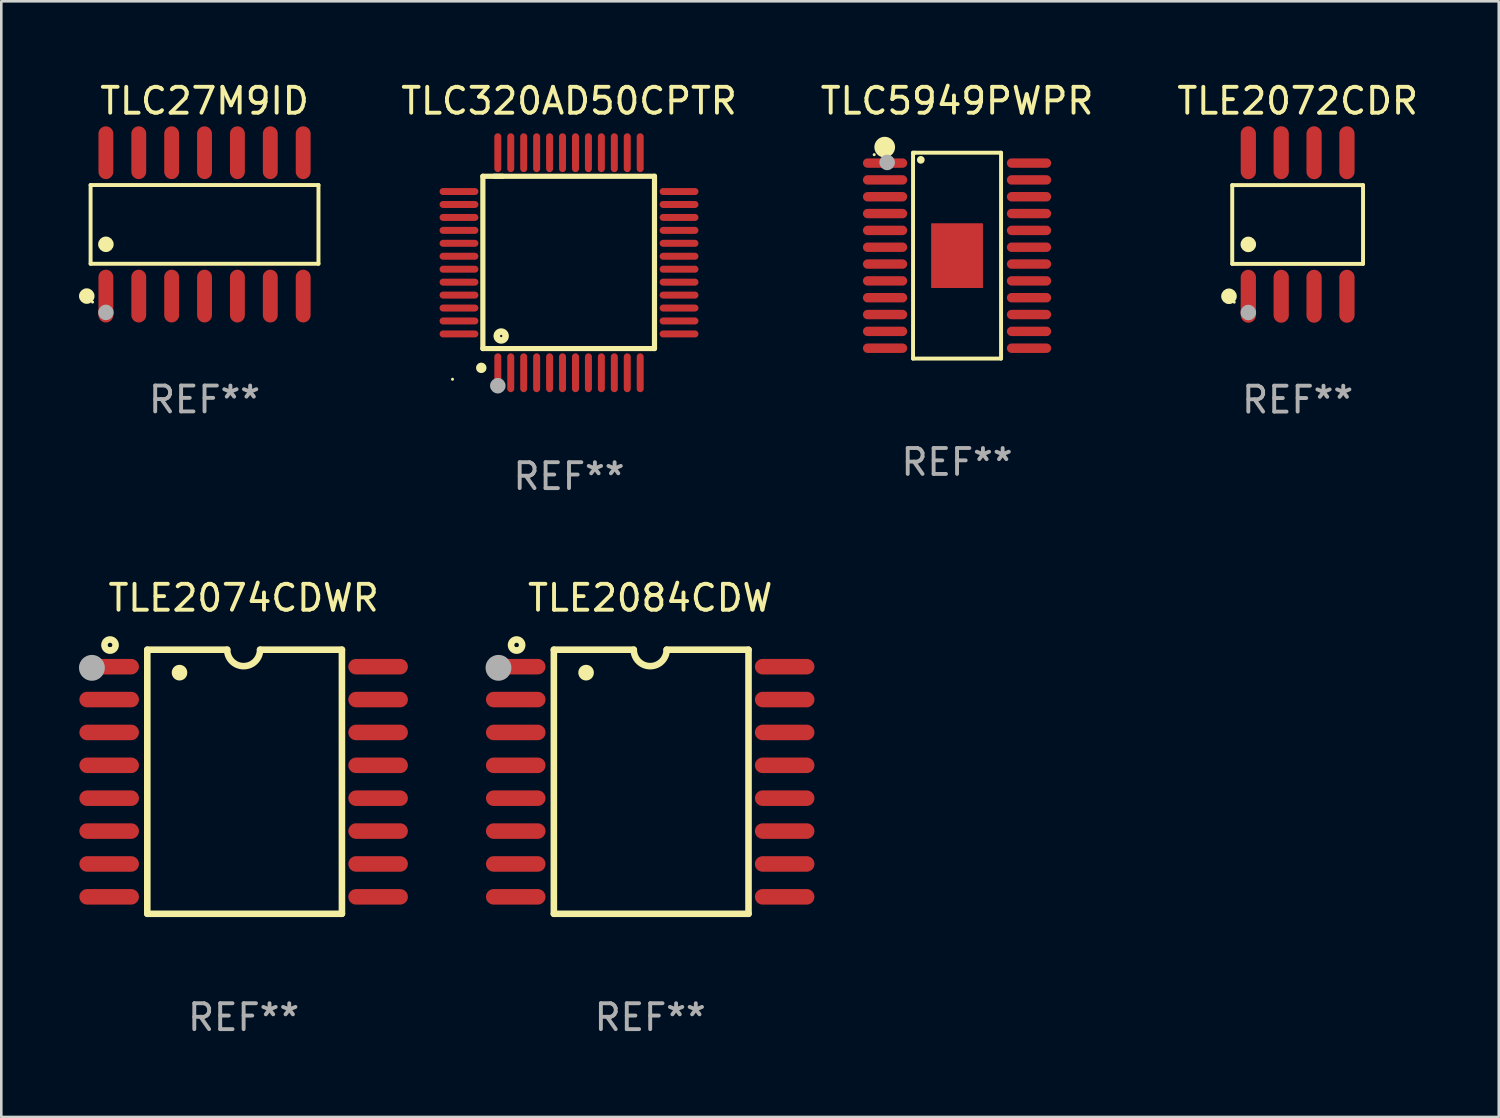
<source format=kicad_pcb>
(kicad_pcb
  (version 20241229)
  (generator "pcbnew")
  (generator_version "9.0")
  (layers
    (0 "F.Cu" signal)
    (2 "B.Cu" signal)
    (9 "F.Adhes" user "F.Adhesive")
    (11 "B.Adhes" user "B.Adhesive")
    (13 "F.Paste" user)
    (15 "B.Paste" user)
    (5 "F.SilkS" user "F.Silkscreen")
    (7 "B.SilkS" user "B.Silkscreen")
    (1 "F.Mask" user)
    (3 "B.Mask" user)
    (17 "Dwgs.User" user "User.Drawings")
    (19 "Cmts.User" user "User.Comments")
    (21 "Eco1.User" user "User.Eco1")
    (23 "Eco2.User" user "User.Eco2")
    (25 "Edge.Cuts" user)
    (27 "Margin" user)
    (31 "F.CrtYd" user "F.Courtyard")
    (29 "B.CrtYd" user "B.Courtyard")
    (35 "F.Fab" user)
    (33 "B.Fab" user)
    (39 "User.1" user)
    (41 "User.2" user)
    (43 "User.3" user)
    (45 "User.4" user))
  (footprint "TLC320AD50CPTR"
    (layer "F.Cu")
    (at 18.928 7.098)
    (property "Reference" "TLC320AD50CPTR" (at 0 -6.25 0) (layer "F.SilkS") (effects (font (size 1 1) (thickness 0.15))))
    (attr through_hole)
    (fp_line (start -3.327 -3.34) (end -2.565 -3.34) (stroke (width 0.2) (type solid)) (layer "F.SilkS"))
    (fp_line (start -3.327 3.315) (end -3.327 -3.34) (stroke (width 0.2) (type solid)) (layer "F.SilkS"))
    (fp_line (start -2.896 -3.34) (end 3.302 -3.34) (stroke (width 0.2) (type solid)) (layer "F.SilkS"))
    (fp_line (start 3.302 -3.34) (end 3.302 3.315) (stroke (width 0.2) (type solid)) (layer "F.SilkS"))
    (fp_line (start 3.302 3.315) (end -3.327 3.315) (stroke (width 0.2) (type solid)) (layer "F.SilkS"))
    (fp_arc (start -3.389992 4.059995) (mid -3.388722 4.059991) (end -3.387452 4.059995) (stroke (width 0.4) (type solid)) (layer "F.SilkS"))
    (fp_circle (center -4.5 4.5) (end -4.47 4.5) (stroke (width 0.06) (type solid)) (fill no) (layer "F.SilkS"))
    (fp_circle (center -2.62 2.83) (end -2.45 2.83) (stroke (width 0.254) (type solid)) (fill no) (layer "F.SilkS"))
    (fp_circle (center -2.75 4.75) (end -2.6 4.75) (stroke (width 0.3) (type solid)) (fill no) (layer "F.Fab"))
    (fp_text user "REF**" (at 0 8.25 0) (layer "F.Fab") (effects (font (size 1 1) (thickness 0.15))))
    (pad "1" smd oval (at -2.75 4.25) (size 0.27 1.5) (layers "F.Cu" "F.Mask" "F.Paste"))
    (pad "2" smd oval (at -2.25 4.25) (size 0.27 1.5) (layers "F.Cu" "F.Mask" "F.Paste"))
    (pad "3" smd oval (at -1.75 4.25) (size 0.27 1.5) (layers "F.Cu" "F.Mask" "F.Paste"))
    (pad "4" smd oval (at -1.25 4.25) (size 0.27 1.5) (layers "F.Cu" "F.Mask" "F.Paste"))
    (pad "5" smd oval (at -0.75 4.25) (size 0.27 1.5) (layers "F.Cu" "F.Mask" "F.Paste"))
    (pad "6" smd oval (at -0.25 4.25) (size 0.27 1.5) (layers "F.Cu" "F.Mask" "F.Paste"))
    (pad "7" smd oval (at 0.25 4.25) (size 0.27 1.5) (layers "F.Cu" "F.Mask" "F.Paste"))
    (pad "8" smd oval (at 0.75 4.25) (size 0.27 1.5) (layers "F.Cu" "F.Mask" "F.Paste"))
    (pad "9" smd oval (at 1.25 4.25) (size 0.27 1.5) (layers "F.Cu" "F.Mask" "F.Paste"))
    (pad "10" smd oval (at 1.75 4.25) (size 0.27 1.5) (layers "F.Cu" "F.Mask" "F.Paste"))
    (pad "11" smd oval (at 2.25 4.25) (size 0.27 1.5) (layers "F.Cu" "F.Mask" "F.Paste"))
    (pad "12" smd oval (at 2.75 4.25) (size 0.27 1.5) (layers "F.Cu" "F.Mask" "F.Paste"))
    (pad "13" smd oval (at 4.25 2.75) (size 1.5 0.27) (layers "F.Cu" "F.Mask" "F.Paste"))
    (pad "14" smd oval (at 4.25 2.25) (size 1.5 0.27) (layers "F.Cu" "F.Mask" "F.Paste"))
    (pad "15" smd oval (at 4.25 1.75) (size 1.5 0.27) (layers "F.Cu" "F.Mask" "F.Paste"))
    (pad "16" smd oval (at 4.25 1.25) (size 1.5 0.27) (layers "F.Cu" "F.Mask" "F.Paste"))
    (pad "17" smd oval (at 4.25 0.75) (size 1.5 0.27) (layers "F.Cu" "F.Mask" "F.Paste"))
    (pad "18" smd oval (at 4.25 0.25) (size 1.5 0.27) (layers "F.Cu" "F.Mask" "F.Paste"))
    (pad "19" smd oval (at 4.25 -0.25) (size 1.5 0.27) (layers "F.Cu" "F.Mask" "F.Paste"))
    (pad "20" smd oval (at 4.25 -0.75) (size 1.5 0.27) (layers "F.Cu" "F.Mask" "F.Paste"))
    (pad "21" smd oval (at 4.25 -1.25) (size 1.5 0.27) (layers "F.Cu" "F.Mask" "F.Paste"))
    (pad "22" smd oval (at 4.25 -1.75) (size 1.5 0.27) (layers "F.Cu" "F.Mask" "F.Paste"))
    (pad "23" smd oval (at 4.25 -2.25) (size 1.5 0.27) (layers "F.Cu" "F.Mask" "F.Paste"))
    (pad "24" smd oval (at 4.25 -2.75) (size 1.5 0.27) (layers "F.Cu" "F.Mask" "F.Paste"))
    (pad "25" smd oval (at 2.75 -4.25) (size 0.27 1.5) (layers "F.Cu" "F.Mask" "F.Paste"))
    (pad "26" smd oval (at 2.25 -4.25) (size 0.27 1.5) (layers "F.Cu" "F.Mask" "F.Paste"))
    (pad "27" smd oval (at 1.75 -4.25) (size 0.27 1.5) (layers "F.Cu" "F.Mask" "F.Paste"))
    (pad "28" smd oval (at 1.25 -4.25) (size 0.27 1.5) (layers "F.Cu" "F.Mask" "F.Paste"))
    (pad "29" smd oval (at 0.75 -4.25) (size 0.27 1.5) (layers "F.Cu" "F.Mask" "F.Paste"))
    (pad "30" smd oval (at 0.25 -4.25) (size 0.27 1.5) (layers "F.Cu" "F.Mask" "F.Paste"))
    (pad "31" smd oval (at -0.25 -4.25) (size 0.27 1.5) (layers "F.Cu" "F.Mask" "F.Paste"))
    (pad "32" smd oval (at -0.75 -4.25) (size 0.27 1.5) (layers "F.Cu" "F.Mask" "F.Paste"))
    (pad "33" smd oval (at -1.25 -4.25) (size 0.27 1.5) (layers "F.Cu" "F.Mask" "F.Paste"))
    (pad "34" smd oval (at -1.75 -4.25) (size 0.27 1.5) (layers "F.Cu" "F.Mask" "F.Paste"))
    (pad "35" smd oval (at -2.25 -4.25) (size 0.27 1.5) (layers "F.Cu" "F.Mask" "F.Paste"))
    (pad "36" smd oval (at -2.75 -4.25) (size 0.27 1.5) (layers "F.Cu" "F.Mask" "F.Paste"))
    (pad "37" smd oval (at -4.25 -2.75) (size 1.5 0.27) (layers "F.Cu" "F.Mask" "F.Paste"))
    (pad "38" smd oval (at -4.25 -2.25) (size 1.5 0.27) (layers "F.Cu" "F.Mask" "F.Paste"))
    (pad "39" smd oval (at -4.25 -1.75) (size 1.5 0.27) (layers "F.Cu" "F.Mask" "F.Paste"))
    (pad "40" smd oval (at -4.25 -1.25) (size 1.5 0.27) (layers "F.Cu" "F.Mask" "F.Paste"))
    (pad "41" smd oval (at -4.25 -0.75) (size 1.5 0.27) (layers "F.Cu" "F.Mask" "F.Paste"))
    (pad "42" smd oval (at -4.25 -0.25) (size 1.5 0.27) (layers "F.Cu" "F.Mask" "F.Paste"))
    (pad "43" smd oval (at -4.25 0.25) (size 1.5 0.27) (layers "F.Cu" "F.Mask" "F.Paste"))
    (pad "44" smd oval (at -4.25 0.75) (size 1.5 0.27) (layers "F.Cu" "F.Mask" "F.Paste"))
    (pad "45" smd oval (at -4.25 1.25) (size 1.5 0.27) (layers "F.Cu" "F.Mask" "F.Paste"))
    (pad "46" smd oval (at -4.25 1.75) (size 1.5 0.27) (layers "F.Cu" "F.Mask" "F.Paste"))
    (pad "47" smd oval (at -4.25 2.25) (size 1.5 0.27) (layers "F.Cu" "F.Mask" "F.Paste"))
    (pad "48" smd oval (at -4.25 2.75) (size 1.5 0.27) (layers "F.Cu" "F.Mask" "F.Paste")))
  (footprint "TLC27M9ID"
    (layer "F.Cu")
    (at 4.85 5.617)
    (property "Reference" "TLC27M9ID" (at 0 -4.769 0) (layer "F.SilkS") (effects (font (size 1 1) (thickness 0.15))))
    (attr through_hole)
    (fp_line (start -4.401 -1.521) (end 4.401 -1.521) (stroke (width 0.152) (type solid)) (layer "F.SilkS"))
    (fp_line (start -4.401 1.521) (end -4.401 -1.521) (stroke (width 0.152) (type solid)) (layer "F.SilkS"))
    (fp_line (start 4.401 -1.521) (end 4.401 1.521) (stroke (width 0.152) (type solid)) (layer "F.SilkS"))
    (fp_line (start 4.401 1.521) (end -4.401 1.521) (stroke (width 0.152) (type solid)) (layer "F.SilkS"))
    (fp_circle (center -4.549 2.769) (end -4.399 2.769) (stroke (width 0.3) (type solid)) (fill no) (layer "F.SilkS"))
    (fp_circle (center -4.325 3) (end -4.295 3) (stroke (width 0.06) (type solid)) (fill no) (layer "F.SilkS"))
    (fp_circle (center -3.81 0.769) (end -3.66 0.769) (stroke (width 0.3) (type solid)) (fill no) (layer "F.SilkS"))
    (fp_circle (center -3.81 3.4) (end -3.66 3.4) (stroke (width 0.3) (type solid)) (fill no) (layer "F.Fab"))
    (fp_text user "REF**" (at 0 6.769 0) (layer "F.Fab") (effects (font (size 1 1) (thickness 0.15))))
    (pad "1" smd oval (at -3.81 2.769) (size 0.574 2.038) (layers "F.Cu" "F.Mask" "F.Paste"))
    (pad "2" smd oval (at -2.54 2.769) (size 0.574 2.038) (layers "F.Cu" "F.Mask" "F.Paste"))
    (pad "3" smd oval (at -1.27 2.769) (size 0.574 2.038) (layers "F.Cu" "F.Mask" "F.Paste"))
    (pad "4" smd oval (at 0 2.769) (size 0.574 2.038) (layers "F.Cu" "F.Mask" "F.Paste"))
    (pad "5" smd oval (at 1.27 2.769) (size 0.574 2.038) (layers "F.Cu" "F.Mask" "F.Paste"))
    (pad "6" smd oval (at 2.54 2.769) (size 0.574 2.038) (layers "F.Cu" "F.Mask" "F.Paste"))
    (pad "7" smd oval (at 3.81 2.769) (size 0.574 2.038) (layers "F.Cu" "F.Mask" "F.Paste"))
    (pad "8" smd oval (at 3.81 -2.769) (size 0.574 2.038) (layers "F.Cu" "F.Mask" "F.Paste"))
    (pad "9" smd oval (at 2.54 -2.769) (size 0.574 2.038) (layers "F.Cu" "F.Mask" "F.Paste"))
    (pad "10" smd oval (at 1.27 -2.769) (size 0.574 2.038) (layers "F.Cu" "F.Mask" "F.Paste"))
    (pad "11" smd oval (at 0 -2.769) (size 0.574 2.038) (layers "F.Cu" "F.Mask" "F.Paste"))
    (pad "12" smd oval (at -1.27 -2.769) (size 0.574 2.038) (layers "F.Cu" "F.Mask" "F.Paste"))
    (pad "13" smd oval (at -2.54 -2.769) (size 0.574 2.038) (layers "F.Cu" "F.Mask" "F.Paste"))
    (pad "14" smd oval (at -3.81 -2.769) (size 0.574 2.038) (layers "F.Cu" "F.Mask" "F.Paste")))
  (footprint "TLE2074CDWR"
    (layer "F.Cu")
    (at 6.36 27.145)
    (property "Reference" "TLE2074CDWR" (at 0 -7.1 0) (layer "F.SilkS") (effects (font (size 1 1) (thickness 0.15))))
    (attr through_hole)
    (fp_line (start -3.721 -5.1) (end -3.721 5.1) (stroke (width 0.254) (type solid)) (layer "F.SilkS"))
    (fp_line (start -3.721 -5.1) (end -0.635 -5.1) (stroke (width 0.254) (type solid)) (layer "F.SilkS"))
    (fp_line (start -3.721 5.1) (end 3.797 5.1) (stroke (width 0.254) (type solid)) (layer "F.SilkS"))
    (fp_line (start 3.797 -5.1) (end 0.635 -5.1) (stroke (width 0.254) (type solid)) (layer "F.SilkS"))
    (fp_line (start 3.797 5.1) (end 3.797 -5.1) (stroke (width 0.254) (type solid)) (layer "F.SilkS"))
    (fp_arc (start -2.476556 -4.211328) (mid -2.476567 -4.213868) (end -2.476556 -4.216408) (stroke (width 0.6) (type solid)) (layer "F.SilkS"))
    (fp_arc (start 0.63495 -5.100076) (mid -0.000178 -4.465329) (end -0.635052 -5.10033) (stroke (width 0.254001) (type solid)) (layer "F.SilkS"))
    (fp_circle (center -5.16 -5.28) (end -4.945 -5.28) (stroke (width 0.254) (type solid)) (fill no) (layer "F.SilkS"))
    (fp_circle (center -5.15 -5.15) (end -5.12 -5.15) (stroke (width 0.06) (type solid)) (fill no) (layer "F.SilkS"))
    (fp_circle (center -5.86 -4.4) (end -5.61 -4.4) (stroke (width 0.5) (type solid)) (fill no) (layer "F.Fab"))
    (fp_text user "REF**" (at 0 9.1 0) (layer "F.Fab") (effects (font (size 1 1) (thickness 0.15))))
    (pad "1" smd oval (at -5.194 -4.445) (size 2.3 0.6) (layers "F.Cu" "F.Mask" "F.Paste"))
    (pad "2" smd oval (at -5.194 -3.175) (size 2.3 0.6) (layers "F.Cu" "F.Mask" "F.Paste"))
    (pad "3" smd oval (at -5.194 -1.905) (size 2.3 0.6) (layers "F.Cu" "F.Mask" "F.Paste"))
    (pad "4" smd oval (at -5.194 -0.635) (size 2.3 0.6) (layers "F.Cu" "F.Mask" "F.Paste"))
    (pad "5" smd oval (at -5.194 0.635) (size 2.3 0.6) (layers "F.Cu" "F.Mask" "F.Paste"))
    (pad "6" smd oval (at -5.194 1.905) (size 2.3 0.6) (layers "F.Cu" "F.Mask" "F.Paste"))
    (pad "7" smd oval (at -5.194 3.175) (size 2.3 0.6) (layers "F.Cu" "F.Mask" "F.Paste"))
    (pad "8" smd oval (at -5.194 4.445) (size 2.3 0.6) (layers "F.Cu" "F.Mask" "F.Paste"))
    (pad "9" smd oval (at 5.194 4.445) (size 2.3 0.6) (layers "F.Cu" "F.Mask" "F.Paste"))
    (pad "10" smd oval (at 5.194 3.175) (size 2.3 0.6) (layers "F.Cu" "F.Mask" "F.Paste"))
    (pad "11" smd oval (at 5.194 1.905) (size 2.3 0.6) (layers "F.Cu" "F.Mask" "F.Paste"))
    (pad "12" smd oval (at 5.194 0.635) (size 2.3 0.6) (layers "F.Cu" "F.Mask" "F.Paste"))
    (pad "13" smd oval (at 5.194 -0.635) (size 2.3 0.6) (layers "F.Cu" "F.Mask" "F.Paste"))
    (pad "14" smd oval (at 5.194 -1.905) (size 2.3 0.6) (layers "F.Cu" "F.Mask" "F.Paste"))
    (pad "15" smd oval (at 5.194 -3.175) (size 2.3 0.6) (layers "F.Cu" "F.Mask" "F.Paste"))
    (pad "16" smd oval (at 5.194 -4.445) (size 2.3 0.6) (layers "F.Cu" "F.Mask" "F.Paste")))
  (footprint "TLC5949PWPR"
    (layer "F.Cu")
    (at 33.916 6.824)
    (property "Reference" "TLC5949PWPR" (at 0 -5.976 0) (layer "F.SilkS") (effects (font (size 1 1) (thickness 0.15))))
    (attr through_hole)
    (fp_line (start -1.7 -3.976) (end -1.62 -3.976) (stroke (width 0.152) (type solid)) (layer "F.SilkS"))
    (fp_line (start -1.7 3.976) (end -1.7 -3.976) (stroke (width 0.152) (type solid)) (layer "F.SilkS"))
    (fp_line (start -1.62 -3.976) (end 1.7 -3.976) (stroke (width 0.152) (type solid)) (layer "F.SilkS"))
    (fp_line (start 1.7 -3.976) (end 1.7 3.976) (stroke (width 0.152) (type solid)) (layer "F.SilkS"))
    (fp_line (start 1.7 3.976) (end -1.7 3.976) (stroke (width 0.152) (type solid)) (layer "F.SilkS"))
    (fp_circle (center -3.2 -3.9) (end -3.17 -3.9) (stroke (width 0.06) (type solid)) (fill no) (layer "F.SilkS"))
    (fp_circle (center -2.794 -4.191) (end -2.594 -4.191) (stroke (width 0.4) (type solid)) (fill no) (layer "F.SilkS"))
    (fp_circle (center -1.4 -3.7) (end -1.325 -3.7) (stroke (width 0.15) (type solid)) (fill no) (layer "F.SilkS"))
    (fp_circle (center -2.7 -3.6) (end -2.55 -3.6) (stroke (width 0.3) (type solid)) (fill no) (layer "F.Fab"))
    (fp_text user "REF**" (at 0 7.976 0) (layer "F.Fab") (effects (font (size 1 1) (thickness 0.15))))
    (pad "1" smd oval (at -2.78 -3.575) (size 1.71 0.364) (layers "F.Cu" "F.Mask" "F.Paste"))
    (pad "2" smd oval (at -2.78 -2.925) (size 1.71 0.364) (layers "F.Cu" "F.Mask" "F.Paste"))
    (pad "3" smd oval (at -2.78 -2.275) (size 1.71 0.364) (layers "F.Cu" "F.Mask" "F.Paste"))
    (pad "4" smd oval (at -2.78 -1.625) (size 1.71 0.364) (layers "F.Cu" "F.Mask" "F.Paste"))
    (pad "5" smd oval (at -2.78 -0.975) (size 1.71 0.364) (layers "F.Cu" "F.Mask" "F.Paste"))
    (pad "6" smd oval (at -2.78 -0.325) (size 1.71 0.364) (layers "F.Cu" "F.Mask" "F.Paste"))
    (pad "7" smd oval (at -2.78 0.325) (size 1.71 0.364) (layers "F.Cu" "F.Mask" "F.Paste"))
    (pad "8" smd oval (at -2.78 0.975) (size 1.71 0.364) (layers "F.Cu" "F.Mask" "F.Paste"))
    (pad "9" smd oval (at -2.78 1.625) (size 1.71 0.364) (layers "F.Cu" "F.Mask" "F.Paste"))
    (pad "10" smd oval (at -2.78 2.275) (size 1.71 0.364) (layers "F.Cu" "F.Mask" "F.Paste"))
    (pad "11" smd oval (at -2.78 2.925) (size 1.71 0.364) (layers "F.Cu" "F.Mask" "F.Paste"))
    (pad "12" smd oval (at -2.78 3.575) (size 1.71 0.364) (layers "F.Cu" "F.Mask" "F.Paste"))
    (pad "13" smd oval (at 2.78 3.575) (size 1.71 0.364) (layers "F.Cu" "F.Mask" "F.Paste"))
    (pad "14" smd oval (at 2.78 2.925) (size 1.71 0.364) (layers "F.Cu" "F.Mask" "F.Paste"))
    (pad "15" smd oval (at 2.78 2.275) (size 1.71 0.364) (layers "F.Cu" "F.Mask" "F.Paste"))
    (pad "16" smd oval (at 2.78 1.625) (size 1.71 0.364) (layers "F.Cu" "F.Mask" "F.Paste"))
    (pad "17" smd oval (at 2.78 0.975) (size 1.71 0.364) (layers "F.Cu" "F.Mask" "F.Paste"))
    (pad "18" smd oval (at 2.78 0.325) (size 1.71 0.364) (layers "F.Cu" "F.Mask" "F.Paste"))
    (pad "19" smd oval (at 2.78 -0.325) (size 1.71 0.364) (layers "F.Cu" "F.Mask" "F.Paste"))
    (pad "20" smd oval (at 2.78 -0.975) (size 1.71 0.364) (layers "F.Cu" "F.Mask" "F.Paste"))
    (pad "21" smd oval (at 2.78 -1.625) (size 1.71 0.364) (layers "F.Cu" "F.Mask" "F.Paste"))
    (pad "22" smd oval (at 2.78 -2.275) (size 1.71 0.364) (layers "F.Cu" "F.Mask" "F.Paste"))
    (pad "23" smd oval (at 2.78 -2.925) (size 1.71 0.364) (layers "F.Cu" "F.Mask" "F.Paste"))
    (pad "24" smd oval (at 2.78 -3.575) (size 1.71 0.364) (layers "F.Cu" "F.Mask" "F.Paste"))
    (pad "25" smd rect (at 0 0) (size 2 2.5) (layers "F.Cu" "F.Mask" "F.Paste")))
  (footprint "TLE2084CDW"
    (layer "F.Cu")
    (at 22.064 27.145)
    (property "Reference" "TLE2084CDW" (at 0 -7.1 0) (layer "F.SilkS") (effects (font (size 1 1) (thickness 0.15))))
    (attr through_hole)
    (fp_line (start -3.721 -5.1) (end -3.721 5.1) (stroke (width 0.254) (type solid)) (layer "F.SilkS"))
    (fp_line (start -3.721 -5.1) (end -0.635 -5.1) (stroke (width 0.254) (type solid)) (layer "F.SilkS"))
    (fp_line (start -3.721 5.1) (end 3.797 5.1) (stroke (width 0.254) (type solid)) (layer "F.SilkS"))
    (fp_line (start 3.797 -5.1) (end 0.635 -5.1) (stroke (width 0.254) (type solid)) (layer "F.SilkS"))
    (fp_line (start 3.797 5.1) (end 3.797 -5.1) (stroke (width 0.254) (type solid)) (layer "F.SilkS"))
    (fp_arc (start -2.476556 -4.211328) (mid -2.476567 -4.213868) (end -2.476556 -4.216408) (stroke (width 0.6) (type solid)) (layer "F.SilkS"))
    (fp_arc (start 0.63495 -5.100076) (mid -0.000178 -4.465329) (end -0.635052 -5.10033) (stroke (width 0.254001) (type solid)) (layer "F.SilkS"))
    (fp_circle (center -5.16 -5.28) (end -4.945 -5.28) (stroke (width 0.254) (type solid)) (fill no) (layer "F.SilkS"))
    (fp_circle (center -5.15 -5.15) (end -5.12 -5.15) (stroke (width 0.06) (type solid)) (fill no) (layer "F.SilkS"))
    (fp_circle (center -5.86 -4.4) (end -5.61 -4.4) (stroke (width 0.5) (type solid)) (fill no) (layer "F.Fab"))
    (fp_text user "REF**" (at 0 9.1 0) (layer "F.Fab") (effects (font (size 1 1) (thickness 0.15))))
    (pad "1" smd oval (at -5.194 -4.445) (size 2.3 0.6) (layers "F.Cu" "F.Mask" "F.Paste"))
    (pad "2" smd oval (at -5.194 -3.175) (size 2.3 0.6) (layers "F.Cu" "F.Mask" "F.Paste"))
    (pad "3" smd oval (at -5.194 -1.905) (size 2.3 0.6) (layers "F.Cu" "F.Mask" "F.Paste"))
    (pad "4" smd oval (at -5.194 -0.635) (size 2.3 0.6) (layers "F.Cu" "F.Mask" "F.Paste"))
    (pad "5" smd oval (at -5.194 0.635) (size 2.3 0.6) (layers "F.Cu" "F.Mask" "F.Paste"))
    (pad "6" smd oval (at -5.194 1.905) (size 2.3 0.6) (layers "F.Cu" "F.Mask" "F.Paste"))
    (pad "7" smd oval (at -5.194 3.175) (size 2.3 0.6) (layers "F.Cu" "F.Mask" "F.Paste"))
    (pad "8" smd oval (at -5.194 4.445) (size 2.3 0.6) (layers "F.Cu" "F.Mask" "F.Paste"))
    (pad "9" smd oval (at 5.194 4.445) (size 2.3 0.6) (layers "F.Cu" "F.Mask" "F.Paste"))
    (pad "10" smd oval (at 5.194 3.175) (size 2.3 0.6) (layers "F.Cu" "F.Mask" "F.Paste"))
    (pad "11" smd oval (at 5.194 1.905) (size 2.3 0.6) (layers "F.Cu" "F.Mask" "F.Paste"))
    (pad "12" smd oval (at 5.194 0.635) (size 2.3 0.6) (layers "F.Cu" "F.Mask" "F.Paste"))
    (pad "13" smd oval (at 5.194 -0.635) (size 2.3 0.6) (layers "F.Cu" "F.Mask" "F.Paste"))
    (pad "14" smd oval (at 5.194 -1.905) (size 2.3 0.6) (layers "F.Cu" "F.Mask" "F.Paste"))
    (pad "15" smd oval (at 5.194 -3.175) (size 2.3 0.6) (layers "F.Cu" "F.Mask" "F.Paste"))
    (pad "16" smd oval (at 5.194 -4.445) (size 2.3 0.6) (layers "F.Cu" "F.Mask" "F.Paste")))
  (footprint "TLE2072CDR"
    (layer "F.Cu")
    (at 47.071 5.621)
    (property "Reference" "TLE2072CDR" (at 0 -4.772 0) (layer "F.SilkS") (effects (font (size 1 1) (thickness 0.15))))
    (attr through_hole)
    (fp_line (start -2.526 -1.521) (end 2.526 -1.521) (stroke (width 0.152) (type solid)) (layer "F.SilkS"))
    (fp_line (start -2.526 1.521) (end -2.526 -1.521) (stroke (width 0.152) (type solid)) (layer "F.SilkS"))
    (fp_line (start 2.526 -1.521) (end 2.526 1.521) (stroke (width 0.152) (type solid)) (layer "F.SilkS"))
    (fp_line (start 2.526 1.521) (end -2.526 1.521) (stroke (width 0.152) (type solid)) (layer "F.SilkS"))
    (fp_circle (center -2.652 2.772) (end -2.501 2.772) (stroke (width 0.3) (type solid)) (fill no) (layer "F.SilkS"))
    (fp_circle (center -2.45 3) (end -2.42 3) (stroke (width 0.06) (type solid)) (fill no) (layer "F.SilkS"))
    (fp_circle (center -1.905 0.769) (end -1.755 0.769) (stroke (width 0.3) (type solid)) (fill no) (layer "F.SilkS"))
    (fp_circle (center -1.905 3.4) (end -1.755 3.4) (stroke (width 0.3) (type solid)) (fill no) (layer "F.Fab"))
    (fp_text user "REF**" (at 0 6.772 0) (layer "F.Fab") (effects (font (size 1 1) (thickness 0.15))))
    (pad "1" smd oval (at -1.905 2.772) (size 0.588 2.045) (layers "F.Cu" "F.Mask" "F.Paste"))
    (pad "2" smd oval (at -0.635 2.772) (size 0.588 2.045) (layers "F.Cu" "F.Mask" "F.Paste"))
    (pad "3" smd oval (at 0.635 2.772) (size 0.588 2.045) (layers "F.Cu" "F.Mask" "F.Paste"))
    (pad "4" smd oval (at 1.905 2.772) (size 0.588 2.045) (layers "F.Cu" "F.Mask" "F.Paste"))
    (pad "5" smd oval (at 1.905 -2.772) (size 0.588 2.045) (layers "F.Cu" "F.Mask" "F.Paste"))
    (pad "6" smd oval (at 0.635 -2.772) (size 0.588 2.045) (layers "F.Cu" "F.Mask" "F.Paste"))
    (pad "7" smd oval (at -0.635 -2.772) (size 0.588 2.045) (layers "F.Cu" "F.Mask" "F.Paste"))
    (pad "8" smd oval (at -1.905 -2.772) (size 0.588 2.045) (layers "F.Cu" "F.Mask" "F.Paste")))
  (gr_rect
    (start -3 -3)
    (end 54.839 40.093)
    (stroke (width 0.1) (type default))
    (fill no)
    (layer "Edge.Cuts")))
</source>
